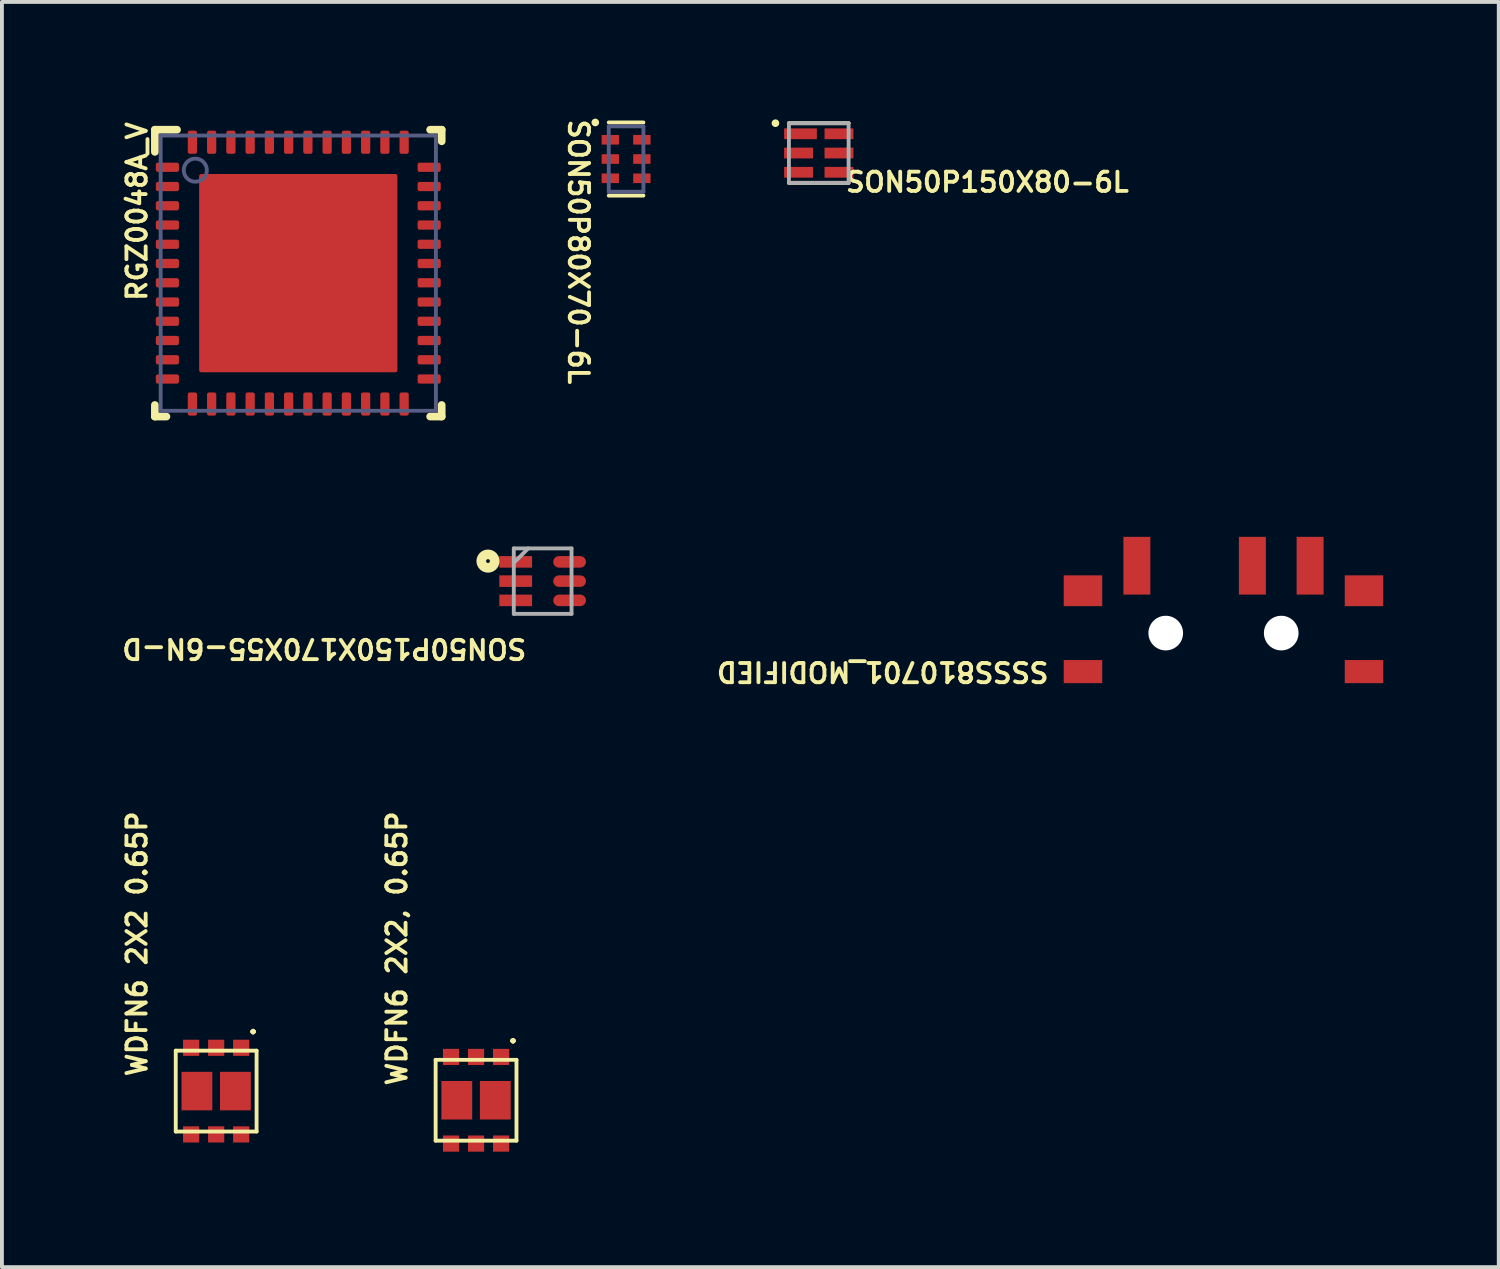
<source format=kicad_pcb>
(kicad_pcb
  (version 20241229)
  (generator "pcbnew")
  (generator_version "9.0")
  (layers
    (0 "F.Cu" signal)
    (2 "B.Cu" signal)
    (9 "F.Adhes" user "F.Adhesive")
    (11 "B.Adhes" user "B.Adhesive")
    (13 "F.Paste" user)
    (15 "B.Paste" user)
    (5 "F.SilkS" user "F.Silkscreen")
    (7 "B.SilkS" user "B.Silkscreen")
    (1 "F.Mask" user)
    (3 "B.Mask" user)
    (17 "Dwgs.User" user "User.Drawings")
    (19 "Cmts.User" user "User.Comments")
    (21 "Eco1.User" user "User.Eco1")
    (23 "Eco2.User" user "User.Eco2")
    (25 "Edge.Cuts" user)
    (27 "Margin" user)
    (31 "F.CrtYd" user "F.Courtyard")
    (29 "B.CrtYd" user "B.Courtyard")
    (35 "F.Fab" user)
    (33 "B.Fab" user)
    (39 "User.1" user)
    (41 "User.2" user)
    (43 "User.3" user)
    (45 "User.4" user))
  (footprint "SON50P80X70-6L"
    (layer "F.Cu")
    (at 13.213 1.081)
    (property "Reference" "SON50P80X70-6L" (at -1.529 -1.081 270) (unlocked yes) (layer "F.SilkS") (effects (font (size 0.5 0.5) (thickness 0.1)) (justify left bottom)))
    (fp_line (start -0.45 -0.95) (end 0.45 -0.95) (stroke (width 0.1) (type solid)) (layer "F.SilkS"))
    (fp_line (start -0.45 0.95) (end 0.45 0.95) (stroke (width 0.1) (type solid)) (layer "F.SilkS"))
    (fp_circle (center -0.8 -0.95) (end -0.8 -1) (stroke (width 0.1) (type solid)) (fill no) (layer "F.SilkS"))
    (fp_line (start -0.755 -0.95) (end 0.755 -0.95) (stroke (width 0.05) (type solid)) (layer "Eco1.User"))
    (fp_line (start -0.755 0.95) (end -0.755 -0.95) (stroke (width 0.05) (type solid)) (layer "Eco1.User"))
    (fp_line (start -0.755 0.95) (end 0.755 0.95) (stroke (width 0.05) (type solid)) (layer "Eco1.User"))
    (fp_line (start -0.5 0) (end 0.5 0) (stroke (width 0.1) (type solid)) (layer "Eco1.User"))
    (fp_line (start 0 0.5) (end 0 -0.5) (stroke (width 0.1) (type solid)) (layer "Eco1.User"))
    (fp_line (start 0.755 0.95) (end 0.755 -0.95) (stroke (width 0.05) (type solid)) (layer "Eco1.User"))
    (fp_line (start -0.45 -0.85) (end 0.45 -0.85) (stroke (width 0.1) (type solid)) (layer "B.Fab"))
    (fp_line (start -0.45 0.85) (end -0.45 -0.85) (stroke (width 0.1) (type solid)) (layer "B.Fab"))
    (fp_line (start -0.45 0.85) (end 0.45 0.85) (stroke (width 0.1) (type solid)) (layer "B.Fab"))
    (fp_line (start 0.45 0.85) (end 0.45 -0.85) (stroke (width 0.1) (type solid)) (layer "B.Fab"))
    (pad "1" smd rect (at -0.41 -0.5 90) (size 0.25 0.45) (layers "F.Cu" "F.Mask" "F.Paste"))
    (pad "2" smd rect (at -0.41 0 90) (size 0.25 0.45) (layers "F.Cu" "F.Mask" "F.Paste"))
    (pad "3" smd rect (at -0.41 0.5 90) (size 0.25 0.45) (layers "F.Cu" "F.Mask" "F.Paste"))
    (pad "4" smd rect (at 0.41 0.5 90) (size 0.25 0.45) (layers "F.Cu" "F.Mask" "F.Paste"))
    (pad "5" smd rect (at 0.41 0 90) (size 0.25 0.45) (layers "F.Cu" "F.Mask" "F.Paste"))
    (pad "6" smd rect (at 0.41 -0.5 90) (size 0.25 0.45) (layers "F.Cu" "F.Mask" "F.Paste")))
  (footprint "SON50P150X170X55-6N-D"
    (layer "F.Cu")
    (at 11.046 12.045)
    (property "Reference" "SON50P150X170X55-6N-D" (at -0.37 1.46 180) (unlocked yes) (layer "F.SilkS") (effects (font (size 0.5 0.5) (thickness 0.1)) (justify left bottom)))
    (fp_circle (center -1.42 -0.52) (end -1.42 -0.57) (stroke (width 0.25) (type solid)) (fill no) (layer "F.SilkS"))
    (fp_line (start -1.375 1.125) (end -1.375 -1.125) (stroke (width 0.05) (type solid)) (layer "Eco1.User"))
    (fp_line (start 1.375 -1.125) (end -1.375 -1.125) (stroke (width 0.05) (type solid)) (layer "Eco1.User"))
    (fp_line (start 1.375 1.125) (end -1.375 1.125) (stroke (width 0.05) (type solid)) (layer "Eco1.User"))
    (fp_line (start 1.375 1.125) (end 1.375 -1.125) (stroke (width 0.05) (type solid)) (layer "Eco1.User"))
    (fp_line (start -0.75 0.85) (end -0.75 -0.85) (stroke (width 0.1) (type solid)) (layer "F.Fab"))
    (fp_line (start -0.375 -0.85) (end -0.75 -0.475) (stroke (width 0.1) (type solid)) (layer "F.Fab"))
    (fp_line (start 0.75 -0.85) (end -0.75 -0.85) (stroke (width 0.1) (type solid)) (layer "F.Fab"))
    (fp_line (start 0.75 0.85) (end -0.75 0.85) (stroke (width 0.1) (type solid)) (layer "F.Fab"))
    (fp_line (start 0.75 0.85) (end 0.75 -0.85) (stroke (width 0.1) (type solid)) (layer "F.Fab"))
    (pad "1" smd rect (at -0.7 -0.5 180) (size 0.85 0.3) (layers "F.Cu" "F.Mask" "F.Paste"))
    (pad "2" smd rect (at -0.7 0 180) (size 0.85 0.3) (layers "F.Cu" "F.Mask" "F.Paste"))
    (pad "3" smd rect (at -0.7 0.5 180) (size 0.85 0.3) (layers "F.Cu" "F.Mask" "F.Paste"))
    (pad "4" smd oval (at 0.7 0.5 180) (size 0.85 0.3) (layers "F.Cu" "F.Mask" "F.Paste"))
    (pad "5" smd oval (at 0.7 0 180) (size 0.85 0.3) (layers "F.Cu" "F.Mask" "F.Paste"))
    (pad "6" smd oval (at 0.7 -0.5 180) (size 0.85 0.3) (layers "F.Cu" "F.Mask" "F.Paste")))
  (footprint "RGZ0048A_V"
    (layer "F.Cu")
    (at 4.698 4.045)
    (property "Reference" "RGZ0048A_V" (at -3.898 0.774 90) (unlocked yes) (layer "F.SilkS") (effects (font (size 0.5 0.5) (thickness 0.1)) (justify left bottom)))
    (fp_line (start -3.725 -3.15) (end -3.725 -3.725) (stroke (width 0.2) (type solid)) (layer "F.SilkS"))
    (fp_line (start -3.725 3.725) (end -3.725 3.425) (stroke (width 0.2) (type solid)) (layer "F.SilkS"))
    (fp_line (start -3.425 3.725) (end -3.725 3.725) (stroke (width 0.2) (type solid)) (layer "F.SilkS"))
    (fp_line (start -3.15 -3.725) (end -3.725 -3.725) (stroke (width 0.2) (type solid)) (layer "F.SilkS"))
    (fp_line (start 3.725 -3.725) (end 3.425 -3.725) (stroke (width 0.2) (type solid)) (layer "F.SilkS"))
    (fp_line (start 3.725 -3.425) (end 3.725 -3.725) (stroke (width 0.2) (type solid)) (layer "F.SilkS"))
    (fp_line (start 3.725 3.725) (end 3.425 3.725) (stroke (width 0.2) (type solid)) (layer "F.SilkS"))
    (fp_line (start 3.725 3.725) (end 3.725 3.425) (stroke (width 0.2) (type solid)) (layer "F.SilkS"))
    (fp_rect (start -0.903 -0.703) (end -2.311 0.704) (stroke (width 0) (type default)) (fill yes) (layer "F.Paste"))
    (fp_rect (start -0.903 -2.31) (end -2.31 -0.903) (stroke (width 0) (type default)) (fill yes) (layer "F.Paste"))
    (fp_rect (start -0.903 0.903) (end -2.31 2.31) (stroke (width 0) (type default)) (fill yes) (layer "F.Paste"))
    (fp_rect (start -0.704 -0.903) (end 0.703 -2.311) (stroke (width 0) (type default)) (fill yes) (layer "F.Paste"))
    (fp_rect (start -0.704 0.704) (end 0.703 -0.704) (stroke (width 0) (type default)) (fill yes) (layer "F.Paste"))
    (fp_rect (start -0.704 2.311) (end 0.704 0.903) (stroke (width 0) (type default)) (fill yes) (layer "F.Paste"))
    (fp_rect (start 0.903 -0.903) (end 2.31 -2.31) (stroke (width 0) (type default)) (fill yes) (layer "F.Paste"))
    (fp_rect (start 0.903 2.31) (end 2.31 0.903) (stroke (width 0) (type default)) (fill yes) (layer "F.Paste"))
    (fp_rect (start 0.903 0.704) (end 2.31 -0.704) (stroke (width 0) (type default)) (fill yes) (layer "F.Paste"))
    (fp_line (start -3.825 3.825) (end -3.825 -3.825) (stroke (width 0.05) (type solid)) (layer "Eco1.User"))
    (fp_line (start 0 0.5) (end 0 -0.5) (stroke (width 0.1) (type solid)) (layer "Eco1.User"))
    (fp_line (start 0.5 0) (end -0.5 0) (stroke (width 0.1) (type solid)) (layer "Eco1.User"))
    (fp_line (start 3.825 -3.825) (end -3.825 -3.825) (stroke (width 0.05) (type solid)) (layer "Eco1.User"))
    (fp_line (start 3.825 3.825) (end -3.825 3.825) (stroke (width 0.05) (type solid)) (layer "Eco1.User"))
    (fp_line (start 3.825 3.825) (end 3.825 -3.825) (stroke (width 0.05) (type solid)) (layer "Eco1.User"))
    (fp_line (start -3.575 3.575) (end -3.575 -3.575) (stroke (width 0.1) (type solid)) (layer "B.Fab"))
    (fp_line (start 3.575 -3.575) (end -3.575 -3.575) (stroke (width 0.1) (type solid)) (layer "B.Fab"))
    (fp_line (start 3.575 3.575) (end -3.575 3.575) (stroke (width 0.1) (type solid)) (layer "B.Fab"))
    (fp_line (start 3.575 3.575) (end 3.575 -3.575) (stroke (width 0.1) (type solid)) (layer "B.Fab"))
    (fp_circle (center -2.675 -2.675) (end -2.975 -2.675) (stroke (width 0.1) (type solid)) (fill no) (layer "B.Fab"))
    (pad "1" smd roundrect (at -3.4 -2.75 90) (size 0.24 0.6) (layers "F.Cu" "F.Mask" "F.Paste") (roundrect_rratio 0.21))
    (pad "2" smd roundrect (at -3.4 -2.25 90) (size 0.24 0.6) (layers "F.Cu" "F.Mask" "F.Paste") (roundrect_rratio 0.21))
    (pad "3" smd roundrect (at -3.4 -1.75 90) (size 0.24 0.6) (layers "F.Cu" "F.Mask" "F.Paste") (roundrect_rratio 0.21))
    (pad "4" smd roundrect (at -3.4 -1.25 90) (size 0.24 0.6) (layers "F.Cu" "F.Mask" "F.Paste") (roundrect_rratio 0.21))
    (pad "5" smd roundrect (at -3.4 -0.75 90) (size 0.24 0.6) (layers "F.Cu" "F.Mask" "F.Paste") (roundrect_rratio 0.21))
    (pad "6" smd roundrect (at -3.4 -0.25 90) (size 0.24 0.6) (layers "F.Cu" "F.Mask" "F.Paste") (roundrect_rratio 0.21))
    (pad "7" smd roundrect (at -3.4 0.25 90) (size 0.24 0.6) (layers "F.Cu" "F.Mask" "F.Paste") (roundrect_rratio 0.21))
    (pad "8" smd roundrect (at -3.4 0.75 90) (size 0.24 0.6) (layers "F.Cu" "F.Mask" "F.Paste") (roundrect_rratio 0.21))
    (pad "9" smd roundrect (at -3.4 1.25 90) (size 0.24 0.6) (layers "F.Cu" "F.Mask" "F.Paste") (roundrect_rratio 0.21))
    (pad "10" smd roundrect (at -3.4 1.75 90) (size 0.24 0.6) (layers "F.Cu" "F.Mask" "F.Paste") (roundrect_rratio 0.21))
    (pad "11" smd roundrect (at -3.4 2.25 90) (size 0.24 0.6) (layers "F.Cu" "F.Mask" "F.Paste") (roundrect_rratio 0.21))
    (pad "12" smd roundrect (at -3.4 2.75 90) (size 0.24 0.6) (layers "F.Cu" "F.Mask" "F.Paste") (roundrect_rratio 0.21))
    (pad "13" smd roundrect (at -2.75 3.4) (size 0.24 0.6) (layers "F.Cu" "F.Mask" "F.Paste") (roundrect_rratio 0.21))
    (pad "14" smd roundrect (at -2.25 3.4) (size 0.24 0.6) (layers "F.Cu" "F.Mask" "F.Paste") (roundrect_rratio 0.21))
    (pad "15" smd roundrect (at -1.75 3.4) (size 0.24 0.6) (layers "F.Cu" "F.Mask" "F.Paste") (roundrect_rratio 0.21))
    (pad "16" smd roundrect (at -1.25 3.4) (size 0.24 0.6) (layers "F.Cu" "F.Mask" "F.Paste") (roundrect_rratio 0.21))
    (pad "17" smd roundrect (at -0.75 3.4) (size 0.24 0.6) (layers "F.Cu" "F.Mask" "F.Paste") (roundrect_rratio 0.21))
    (pad "18" smd roundrect (at -0.25 3.4) (size 0.24 0.6) (layers "F.Cu" "F.Mask" "F.Paste") (roundrect_rratio 0.21))
    (pad "19" smd roundrect (at 0.25 3.4) (size 0.24 0.6) (layers "F.Cu" "F.Mask" "F.Paste") (roundrect_rratio 0.21))
    (pad "20" smd roundrect (at 0.75 3.4) (size 0.24 0.6) (layers "F.Cu" "F.Mask" "F.Paste") (roundrect_rratio 0.21))
    (pad "21" smd roundrect (at 1.25 3.4) (size 0.24 0.6) (layers "F.Cu" "F.Mask" "F.Paste") (roundrect_rratio 0.21))
    (pad "22" smd roundrect (at 1.75 3.4) (size 0.24 0.6) (layers "F.Cu" "F.Mask" "F.Paste") (roundrect_rratio 0.21))
    (pad "23" smd roundrect (at 2.25 3.4) (size 0.24 0.6) (layers "F.Cu" "F.Mask" "F.Paste") (roundrect_rratio 0.21))
    (pad "24" smd roundrect (at 2.75 3.4) (size 0.24 0.6) (layers "F.Cu" "F.Mask" "F.Paste") (roundrect_rratio 0.21))
    (pad "25" smd roundrect (at 3.4 2.75 90) (size 0.24 0.6) (layers "F.Cu" "F.Mask" "F.Paste") (roundrect_rratio 0.21))
    (pad "26" smd roundrect (at 3.4 2.25 90) (size 0.24 0.6) (layers "F.Cu" "F.Mask" "F.Paste") (roundrect_rratio 0.21))
    (pad "27" smd roundrect (at 3.4 1.75 90) (size 0.24 0.6) (layers "F.Cu" "F.Mask" "F.Paste") (roundrect_rratio 0.21))
    (pad "28" smd roundrect (at 3.4 1.25 90) (size 0.24 0.6) (layers "F.Cu" "F.Mask" "F.Paste") (roundrect_rratio 0.21))
    (pad "29" smd roundrect (at 3.4 0.75 90) (size 0.24 0.6) (layers "F.Cu" "F.Mask" "F.Paste") (roundrect_rratio 0.21))
    (pad "30" smd roundrect (at 3.4 0.25 90) (size 0.24 0.6) (layers "F.Cu" "F.Mask" "F.Paste") (roundrect_rratio 0.21))
    (pad "31" smd roundrect (at 3.4 -0.25 90) (size 0.24 0.6) (layers "F.Cu" "F.Mask" "F.Paste") (roundrect_rratio 0.21))
    (pad "32" smd roundrect (at 3.4 -0.75 90) (size 0.24 0.6) (layers "F.Cu" "F.Mask" "F.Paste") (roundrect_rratio 0.21))
    (pad "33" smd roundrect (at 3.4 -1.25 90) (size 0.24 0.6) (layers "F.Cu" "F.Mask" "F.Paste") (roundrect_rratio 0.21))
    (pad "34" smd roundrect (at 3.4 -1.75 90) (size 0.24 0.6) (layers "F.Cu" "F.Mask" "F.Paste") (roundrect_rratio 0.21))
    (pad "35" smd roundrect (at 3.4 -2.25 90) (size 0.24 0.6) (layers "F.Cu" "F.Mask" "F.Paste") (roundrect_rratio 0.21))
    (pad "36" smd roundrect (at 3.4 -2.75 90) (size 0.24 0.6) (layers "F.Cu" "F.Mask" "F.Paste") (roundrect_rratio 0.21))
    (pad "37" smd roundrect (at 2.75 -3.4) (size 0.24 0.6) (layers "F.Cu" "F.Mask" "F.Paste") (roundrect_rratio 0.21))
    (pad "38" smd roundrect (at 2.25 -3.4) (size 0.24 0.6) (layers "F.Cu" "F.Mask" "F.Paste") (roundrect_rratio 0.21))
    (pad "39" smd roundrect (at 1.75 -3.4) (size 0.24 0.6) (layers "F.Cu" "F.Mask" "F.Paste") (roundrect_rratio 0.21))
    (pad "40" smd roundrect (at 1.25 -3.4) (size 0.24 0.6) (layers "F.Cu" "F.Mask" "F.Paste") (roundrect_rratio 0.21))
    (pad "41" smd roundrect (at 0.75 -3.4) (size 0.24 0.6) (layers "F.Cu" "F.Mask" "F.Paste") (roundrect_rratio 0.21))
    (pad "42" smd roundrect (at 0.25 -3.4) (size 0.24 0.6) (layers "F.Cu" "F.Mask" "F.Paste") (roundrect_rratio 0.21))
    (pad "43" smd roundrect (at -0.25 -3.4) (size 0.24 0.6) (layers "F.Cu" "F.Mask" "F.Paste") (roundrect_rratio 0.21))
    (pad "44" smd roundrect (at -0.75 -3.4) (size 0.24 0.6) (layers "F.Cu" "F.Mask" "F.Paste") (roundrect_rratio 0.21))
    (pad "45" smd roundrect (at -1.25 -3.4) (size 0.24 0.6) (layers "F.Cu" "F.Mask" "F.Paste") (roundrect_rratio 0.21))
    (pad "46" smd roundrect (at -1.75 -3.4) (size 0.24 0.6) (layers "F.Cu" "F.Mask" "F.Paste") (roundrect_rratio 0.21))
    (pad "47" smd roundrect (at -2.25 -3.4) (size 0.24 0.6) (layers "F.Cu" "F.Mask" "F.Paste") (roundrect_rratio 0.21))
    (pad "48" smd roundrect (at -2.75 -3.4) (size 0.24 0.6) (layers "F.Cu" "F.Mask" "F.Paste") (roundrect_rratio 0.21))
    (pad "49" smd roundrect (at 0 0) (size 5.15 5.15) (layers "F.Cu" "F.Mask" "F.Paste") (roundrect_rratio 0.01)))
  (footprint "WDFN6 2X2, 0.65P"
    (layer "F.Cu")
    (at 9.316 25.53)
    (property "Reference" "WDFN6 2X2, 0.65P" (at -1.765 -0.33 90) (unlocked yes) (layer "F.SilkS") (effects (font (size 0.5 0.5) (thickness 0.1)) (justify left bottom)))
    (fp_line (start -1.05 -1.05) (end 1.05 -1.05) (stroke (width 0.1) (type solid)) (layer "F.SilkS"))
    (fp_line (start -1.05 1.05) (end -1.05 -1.05) (stroke (width 0.1) (type solid)) (layer "F.SilkS"))
    (fp_line (start -1.05 1.05) (end 1.05 1.05) (stroke (width 0.1) (type solid)) (layer "F.SilkS"))
    (fp_line (start 1.05 1.05) (end 1.05 -1.05) (stroke (width 0.1) (type solid)) (layer "F.SilkS"))
    (fp_text user "." (at 1.05 -1.36 90) (unlocked yes) (layer "F.SilkS") (effects (font (size 0.5 0.5) (thickness 0.1)) (justify left bottom)))
    (pad "1" smd rect (at 0.65 -1.125 180) (size 0.42 0.42) (layers "F.Cu" "F.Mask" "F.Paste"))
    (pad "2" smd rect (at 0 -1.125 180) (size 0.42 0.42) (layers "F.Cu" "F.Mask" "F.Paste"))
    (pad "3" smd rect (at -0.65 -1.125 180) (size 0.42 0.42) (layers "F.Cu" "F.Mask" "F.Paste"))
    (pad "3" smd rect (at -0.5 0 180) (size 0.8 1) (layers "F.Cu" "F.Mask" "F.Paste"))
    (pad "4" smd rect (at -0.65 1.125 180) (size 0.42 0.42) (layers "F.Cu" "F.Mask" "F.Paste"))
    (pad "5" smd rect (at 0 1.125 180) (size 0.42 0.42) (layers "F.Cu" "F.Mask" "F.Paste"))
    (pad "6" smd rect (at 0.5 0 180) (size 0.8 1) (layers "F.Cu" "F.Mask" "F.Paste"))
    (pad "6" smd rect (at 0.65 1.125 180) (size 0.42 0.42) (layers "F.Cu" "F.Mask" "F.Paste")))
  (footprint "WDFN6 2X2 0.65P"
    (layer "F.Cu")
    (at 2.565 25.292)
    (property "Reference" "WDFN6 2X2 0.65P" (at -1.765 -0.33 90) (unlocked yes) (layer "F.SilkS") (effects (font (size 0.5 0.5) (thickness 0.1)) (justify left bottom)))
    (fp_line (start -1.05 -1.05) (end 1.05 -1.05) (stroke (width 0.1) (type solid)) (layer "F.SilkS"))
    (fp_line (start -1.05 1.05) (end -1.05 -1.05) (stroke (width 0.1) (type solid)) (layer "F.SilkS"))
    (fp_line (start -1.05 1.05) (end 1.05 1.05) (stroke (width 0.1) (type solid)) (layer "F.SilkS"))
    (fp_line (start 1.05 1.05) (end 1.05 -1.05) (stroke (width 0.1) (type solid)) (layer "F.SilkS"))
    (fp_text user "." (at 1.05 -1.36 90) (unlocked yes) (layer "F.SilkS") (effects (font (size 0.5 0.5) (thickness 0.1)) (justify left bottom)))
    (pad "1" smd rect (at 0.65 -1.125 180) (size 0.42 0.42) (layers "F.Cu" "F.Mask" "F.Paste"))
    (pad "2" smd rect (at 0 -1.125 180) (size 0.42 0.42) (layers "F.Cu" "F.Mask" "F.Paste"))
    (pad "3" smd rect (at -0.65 -1.125 180) (size 0.42 0.42) (layers "F.Cu" "F.Mask" "F.Paste"))
    (pad "3" smd rect (at -0.5 0 180) (size 0.8 1) (layers "F.Cu" "F.Mask" "F.Paste"))
    (pad "4" smd rect (at -0.65 1.125 180) (size 0.42 0.42) (layers "F.Cu" "F.Mask" "F.Paste"))
    (pad "5" smd rect (at 0 1.125 180) (size 0.42 0.42) (layers "F.Cu" "F.Mask" "F.Paste"))
    (pad "6" smd rect (at 0.5 0 180) (size 0.8 1) (layers "F.Cu" "F.Mask" "F.Paste"))
    (pad "6" smd rect (at 0.65 1.125 180) (size 0.42 0.42) (layers "F.Cu" "F.Mask" "F.Paste")))
  (footprint "SON50P150X80-6L"
    (layer "F.Cu")
    (at 18.218 0.925)
    (property "Reference" "SON50P150X80-6L" (at 0.645 1.05 0) (unlocked yes) (layer "F.SilkS") (effects (font (size 0.5 0.5) (thickness 0.1)) (justify left bottom)))
    (fp_line (start -0.775 -0.775) (end 0.775 -0.775) (stroke (width 0.1) (type solid)) (layer "F.SilkS"))
    (fp_line (start -0.775 0.775) (end 0.775 0.775) (stroke (width 0.1) (type solid)) (layer "F.SilkS"))
    (fp_circle (center -1.125 -0.775) (end -1.075 -0.775) (stroke (width 0.1) (type solid)) (fill no) (layer "F.SilkS"))
    (fp_line (start -1.085 -0.9) (end 1.085 -0.9) (stroke (width 0.05) (type solid)) (layer "Eco1.User"))
    (fp_line (start -1.085 0.9) (end -1.085 -0.9) (stroke (width 0.05) (type solid)) (layer "Eco1.User"))
    (fp_line (start -1.085 0.9) (end 1.085 0.9) (stroke (width 0.05) (type solid)) (layer "Eco1.User"))
    (fp_line (start -0.5 0) (end 0.5 0) (stroke (width 0.1) (type solid)) (layer "Eco1.User"))
    (fp_line (start 0 0.5) (end 0 -0.5) (stroke (width 0.1) (type solid)) (layer "Eco1.User"))
    (fp_line (start 1.085 0.9) (end 1.085 -0.9) (stroke (width 0.05) (type solid)) (layer "Eco1.User"))
    (fp_line (start -0.775 -0.775) (end 0.775 -0.775) (stroke (width 0.1) (type solid)) (layer "F.Fab"))
    (fp_line (start -0.775 0.775) (end -0.775 -0.775) (stroke (width 0.1) (type solid)) (layer "F.Fab"))
    (fp_line (start -0.775 0.775) (end 0.775 0.775) (stroke (width 0.1) (type solid)) (layer "F.Fab"))
    (fp_line (start 0.775 0.775) (end 0.775 -0.775) (stroke (width 0.1) (type solid)) (layer "F.Fab"))
    (pad "1" smd rect (at -0.475 -0.5 270) (size 0.28 0.85) (layers "F.Cu" "F.Mask" "F.Paste"))
    (pad "2" smd rect (at -0.525 0 270) (size 0.28 0.75) (layers "F.Cu" "F.Mask" "F.Paste"))
    (pad "3" smd rect (at -0.525 0.5 270) (size 0.28 0.75) (layers "F.Cu" "F.Mask" "F.Paste"))
    (pad "4" smd rect (at 0.525 0.5 270) (size 0.28 0.75) (layers "F.Cu" "F.Mask" "F.Paste"))
    (pad "5" smd rect (at 0.525 0 270) (size 0.28 0.75) (layers "F.Cu" "F.Mask" "F.Paste"))
    (pad "6" smd rect (at 0.525 -0.5 270) (size 0.28 0.75) (layers "F.Cu" "F.Mask" "F.Paste")))
  (footprint "SSSS810701_MODIFIED"
    (layer "F.Cu")
    (at 28.731 13.395)
    (property "Reference" "SSSS810701_MODIFIED" (at -4.49 0.71 180) (unlocked yes) (layer "F.SilkS") (effects (font (size 0.5 0.5) (thickness 0.1)) (justify left bottom)))
    (pad "" np_thru_hole circle (at -1.5 0) (size 0.9 0.9) (drill 0.9) (layers "*.Cu" "*.Mask"))
    (pad "" np_thru_hole circle (at 1.5 0) (size 0.9 0.9) (drill 0.9) (layers "*.Cu" "*.Mask"))
    (pad "1" smd rect (at -2.25 -1.75) (size 0.7 1.5) (layers "F.Cu" "F.Mask" "F.Paste"))
    (pad "2" smd rect (at 0.75 -1.75) (size 0.7 1.5) (layers "F.Cu" "F.Mask" "F.Paste"))
    (pad "3" smd rect (at 2.25 -1.75) (size 0.7 1.5) (layers "F.Cu" "F.Mask" "F.Paste"))
    (pad "MOUNT" smd rect (at -3.65 -1.1) (size 1 0.8) (layers "F.Cu" "F.Mask" "F.Paste"))
    (pad "MOUNT" smd rect (at -3.65 1) (size 1 0.6) (layers "F.Cu" "F.Mask" "F.Paste"))
    (pad "MOUNT" smd rect (at 3.65 -1.1) (size 1 0.8) (layers "F.Cu" "F.Mask" "F.Paste"))
    (pad "MOUNT" smd rect (at 3.65 1) (size 1 0.6) (layers "F.Cu" "F.Mask" "F.Paste")))
  (gr_rect
    (start -3 -3)
    (end 35.881 29.865)
    (stroke (width 0.1) (type default))
    (fill no)
    (layer "Edge.Cuts")))
</source>
